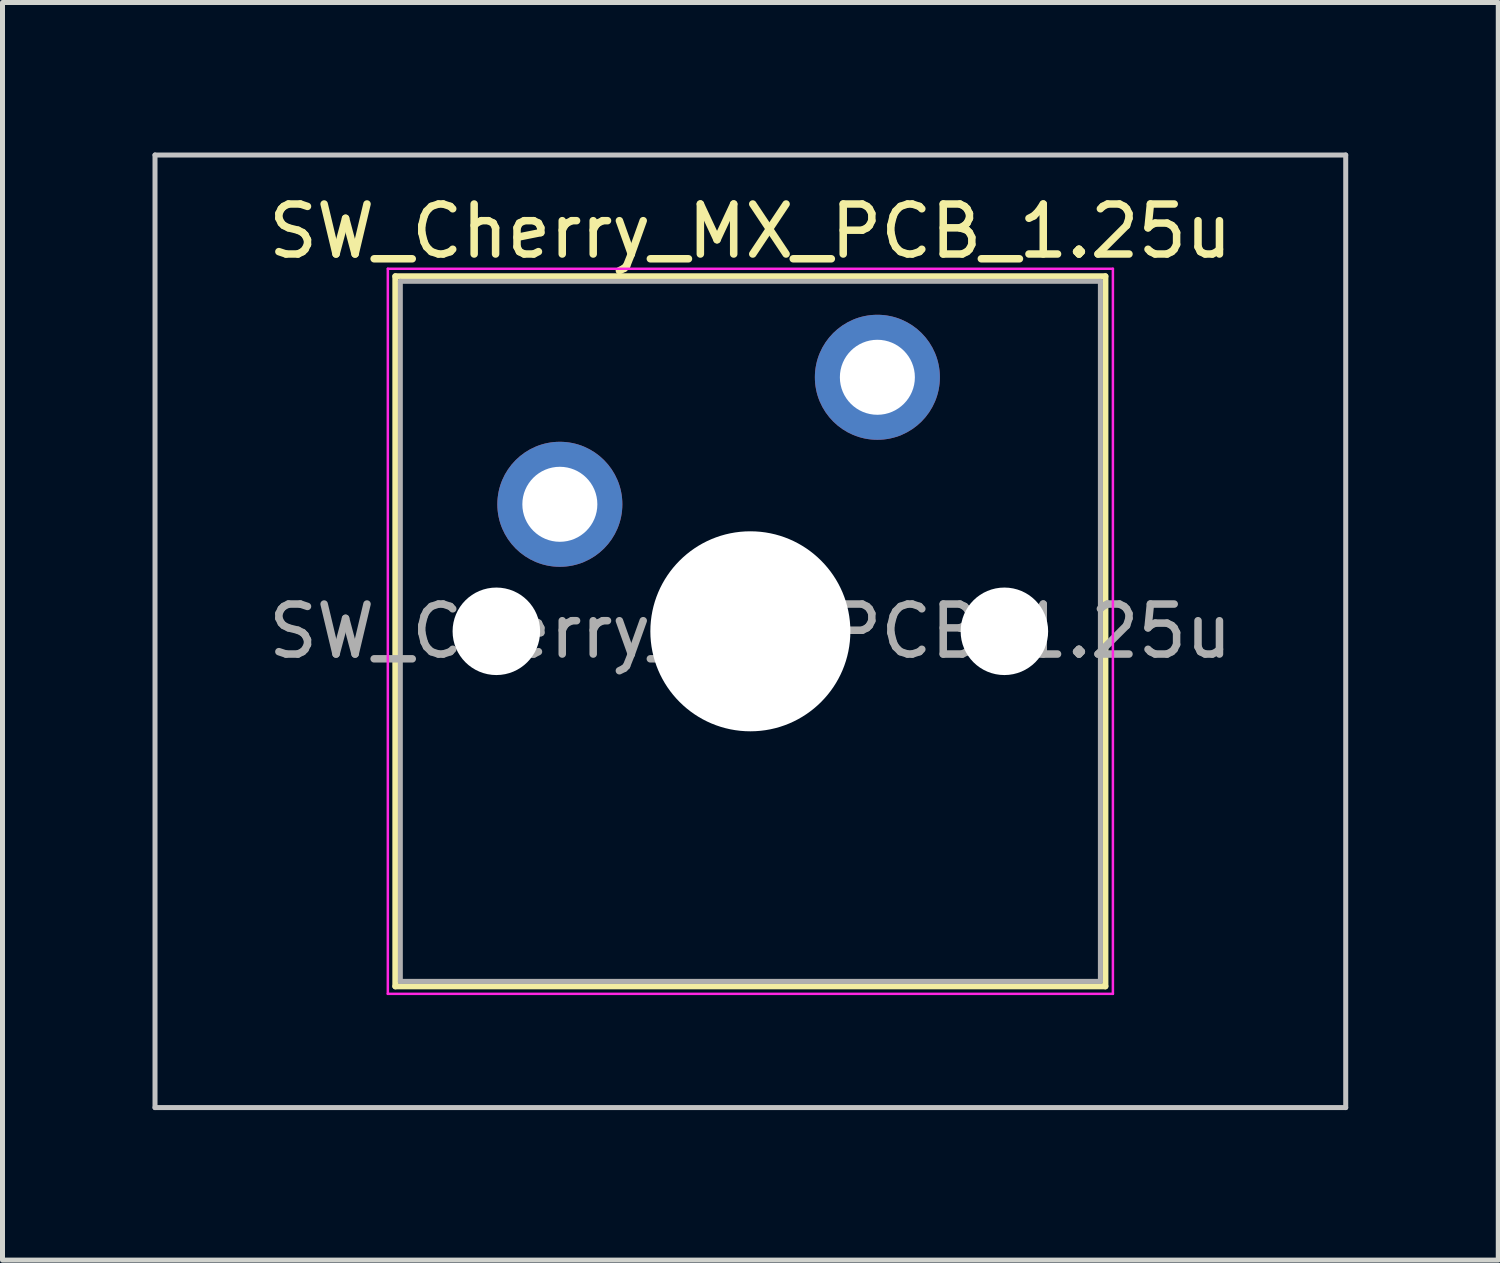
<source format=kicad_pcb>
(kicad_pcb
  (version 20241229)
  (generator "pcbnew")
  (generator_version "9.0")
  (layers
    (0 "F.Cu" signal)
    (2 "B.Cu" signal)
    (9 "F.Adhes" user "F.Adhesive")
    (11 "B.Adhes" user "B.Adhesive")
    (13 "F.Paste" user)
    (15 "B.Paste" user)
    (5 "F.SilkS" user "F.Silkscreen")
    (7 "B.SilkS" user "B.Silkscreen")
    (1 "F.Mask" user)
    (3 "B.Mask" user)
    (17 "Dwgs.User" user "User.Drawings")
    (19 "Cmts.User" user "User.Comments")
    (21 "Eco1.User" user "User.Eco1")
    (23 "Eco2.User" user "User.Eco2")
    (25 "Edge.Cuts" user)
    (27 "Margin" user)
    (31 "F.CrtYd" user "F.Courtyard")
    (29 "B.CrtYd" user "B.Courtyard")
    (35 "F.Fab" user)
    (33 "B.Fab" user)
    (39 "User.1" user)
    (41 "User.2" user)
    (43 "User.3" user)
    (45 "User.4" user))
  (footprint "SW_Cherry_MX_PCB_1.25u"
    (layer "F.Cu")
    (at 11.956 9.575)
    (property "Reference" "SW_Cherry_MX_PCB_1.25u" (at 0 -8 0) (layer "F.SilkS") (effects (font (size 1 1) (thickness 0.15))))
    (attr through_hole)
    (fp_line (start -7.1 -7.1) (end -7.1 7.1) (stroke (width 0.12) (type solid)) (layer "F.SilkS"))
    (fp_line (start -7.1 7.1) (end 7.1 7.1) (stroke (width 0.12) (type solid)) (layer "F.SilkS"))
    (fp_line (start 7.1 -7.1) (end -7.1 -7.1) (stroke (width 0.12) (type solid)) (layer "F.SilkS"))
    (fp_line (start 7.1 7.1) (end 7.1 -7.1) (stroke (width 0.12) (type solid)) (layer "F.SilkS"))
    (fp_line (start -11.906 -9.525) (end -11.906 9.525) (stroke (width 0.1) (type solid)) (layer "Dwgs.User"))
    (fp_line (start -11.906 9.525) (end 11.906 9.525) (stroke (width 0.1) (type solid)) (layer "Dwgs.User"))
    (fp_line (start 11.906 -9.525) (end -11.906 -9.525) (stroke (width 0.1) (type solid)) (layer "Dwgs.User"))
    (fp_line (start 11.906 9.525) (end 11.906 -9.525) (stroke (width 0.1) (type solid)) (layer "Dwgs.User"))
    (fp_line (start -7 -7) (end -7 7) (stroke (width 0.1) (type solid)) (layer "Eco1.User"))
    (fp_line (start -7 7) (end 7 7) (stroke (width 0.1) (type solid)) (layer "Eco1.User"))
    (fp_line (start 7 -7) (end -7 -7) (stroke (width 0.1) (type solid)) (layer "Eco1.User"))
    (fp_line (start 7 7) (end 7 -7) (stroke (width 0.1) (type solid)) (layer "Eco1.User"))
    (fp_line (start -7.25 -7.25) (end -7.25 7.25) (stroke (width 0.05) (type solid)) (layer "F.CrtYd"))
    (fp_line (start -7.25 7.25) (end 7.25 7.25) (stroke (width 0.05) (type solid)) (layer "F.CrtYd"))
    (fp_line (start 7.25 -7.25) (end -7.25 -7.25) (stroke (width 0.05) (type solid)) (layer "F.CrtYd"))
    (fp_line (start 7.25 7.25) (end 7.25 -7.25) (stroke (width 0.05) (type solid)) (layer "F.CrtYd"))
    (fp_line (start -7 -7) (end -7 7) (stroke (width 0.1) (type solid)) (layer "F.Fab"))
    (fp_line (start -7 7) (end 7 7) (stroke (width 0.1) (type solid)) (layer "F.Fab"))
    (fp_line (start 7 -7) (end -7 -7) (stroke (width 0.1) (type solid)) (layer "F.Fab"))
    (fp_line (start 7 7) (end 7 -7) (stroke (width 0.1) (type solid)) (layer "F.Fab"))
    (fp_text user "${REFERENCE}" (at 0 0 0) (layer "F.Fab") (effects (font (size 1 1) (thickness 0.15))))
    (pad "" np_thru_hole circle (at -5.08 0) (size 1.75 1.75) (drill 1.75) (layers "*.Cu" "*.Mask"))
    (pad "" smd circle (at -3.81 -2.54) (size 1.55 1.55) (layers "F.Mask"))
    (pad "" np_thru_hole circle (at 0 0) (size 4 4) (drill 4) (layers "*.Cu" "*.Mask"))
    (pad "" smd circle (at 2.54 -5.08) (size 1.55 1.55) (layers "F.Mask"))
    (pad "" np_thru_hole circle (at 5.08 0) (size 1.75 1.75) (drill 1.75) (layers "*.Cu" "*.Mask"))
    (pad "1" thru_hole circle (at -3.81 -2.54) (size 2.5 2.5) (drill 1.5) (layers "*.Cu" "B.Mask"))
    (pad "2" thru_hole circle (at 2.54 -5.08) (size 2.5 2.5) (drill 1.5) (layers "*.Cu" "B.Mask")))
  (gr_rect
    (start -3 -3)
    (end 26.913 22.15)
    (stroke (width 0.1) (type default))
    (fill no)
    (layer "Edge.Cuts")))
</source>
